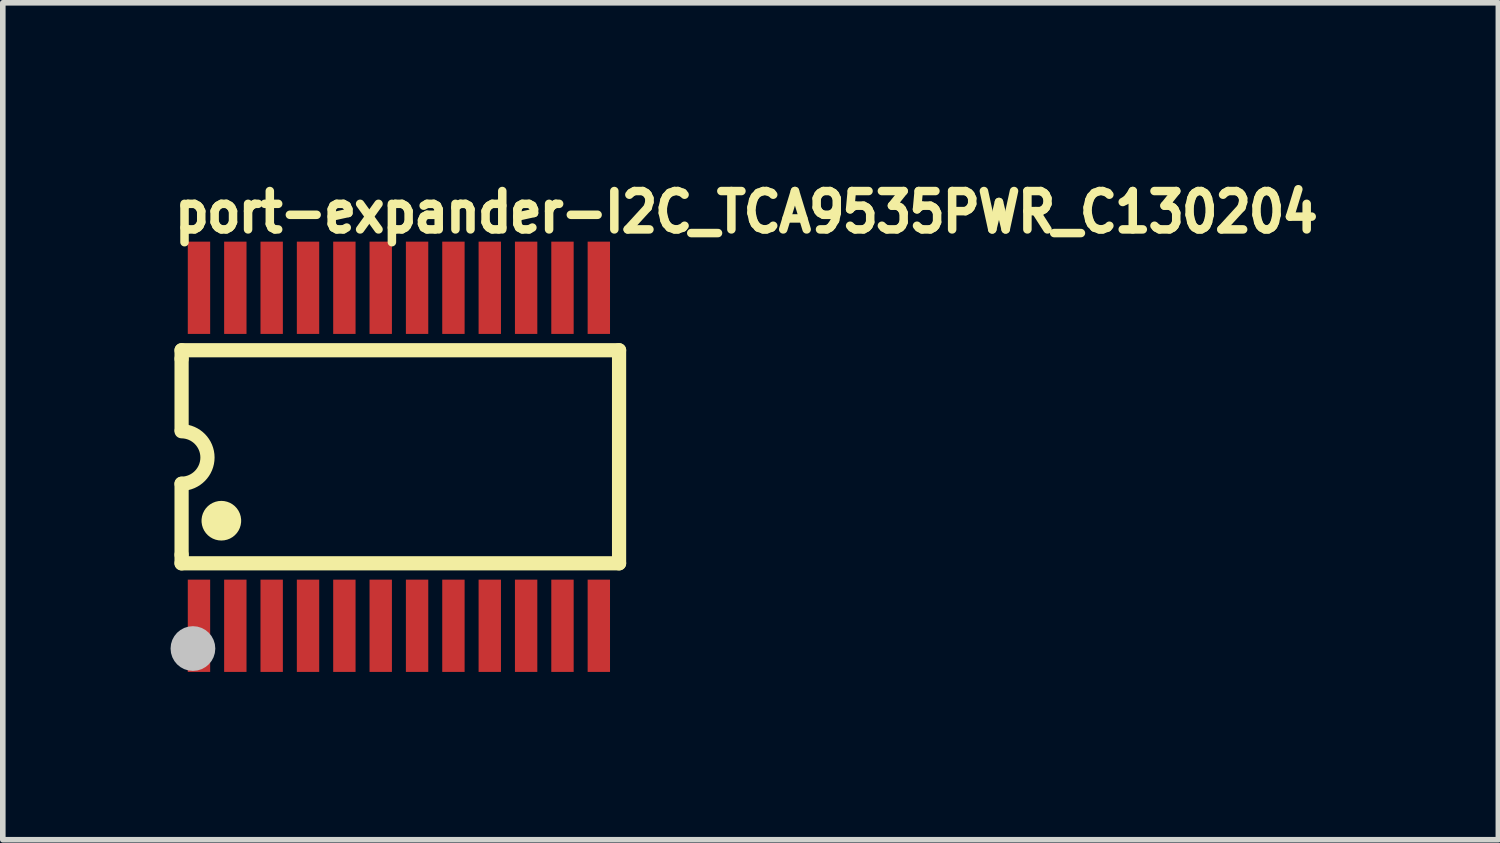
<source format=kicad_pcb>
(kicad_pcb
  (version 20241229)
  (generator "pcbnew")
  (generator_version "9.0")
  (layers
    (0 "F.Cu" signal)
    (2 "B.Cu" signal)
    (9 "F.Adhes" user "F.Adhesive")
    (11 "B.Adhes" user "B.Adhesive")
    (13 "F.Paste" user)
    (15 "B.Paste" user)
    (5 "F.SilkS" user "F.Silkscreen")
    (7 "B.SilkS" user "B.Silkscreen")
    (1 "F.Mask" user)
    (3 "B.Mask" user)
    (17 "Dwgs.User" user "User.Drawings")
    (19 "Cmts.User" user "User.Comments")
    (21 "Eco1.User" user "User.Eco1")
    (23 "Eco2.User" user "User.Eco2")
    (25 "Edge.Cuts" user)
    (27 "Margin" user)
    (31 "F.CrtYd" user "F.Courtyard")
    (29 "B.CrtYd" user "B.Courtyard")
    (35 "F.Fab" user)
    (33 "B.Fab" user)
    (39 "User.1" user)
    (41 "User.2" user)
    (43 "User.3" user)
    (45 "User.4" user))
  (footprint "port-expander-I2C_TCA9535PWR_C130204"
    (layer "F.Cu")
    (at 4.083 5.118)
    (property "Reference" "port-expander-I2C_TCA9535PWR_C130204" (at -4.083 -3.974 0) (layer "F.SilkS") (effects (font (size 0.686 0.628) (thickness 0.152)) (justify left bottom)))
    (fp_line (start -3.886 -1.905) (end 3.937 -1.905) (stroke (width 0.254) (type default)) (layer "F.SilkS"))
    (fp_line (start -3.886 -1.752) (end -3.886 -1.905) (stroke (width 0.254) (type default)) (layer "F.SilkS"))
    (fp_line (start -3.886 -0.482) (end -3.886 -1.752) (stroke (width 0.254) (type default)) (layer "F.SilkS"))
    (fp_line (start -3.886 1.752) (end -3.886 0.482) (stroke (width 0.254) (type default)) (layer "F.SilkS"))
    (fp_line (start -3.886 1.752) (end -3.886 1.905) (stroke (width 0.254) (type default)) (layer "F.SilkS"))
    (fp_line (start -3.886 1.905) (end 3.937 1.905) (stroke (width 0.254) (type default)) (layer "F.SilkS"))
    (fp_line (start 3.937 -1.905) (end 3.937 1.905) (stroke (width 0.254) (type default)) (layer "F.SilkS"))
    (fp_arc (start -3.886 -0.457) (mid -3.4165 0.0125) (end -3.886 0.4825) (stroke (width 0.254) (type default)) (layer "F.SilkS"))
    (fp_poly (pts (arc (start -3.529 1.143) (mid -3.175 0.789) (end -2.821 1.143)) (arc (start -2.821 1.143) (mid -3.175 1.497) (end -3.529 1.143))) (stroke (width 0) (type default)) (fill yes) (layer "F.SilkS"))
    (fp_circle (center -3.683 3.429) (end -3.483 3.429) (stroke (width 0.4) (type default)) (fill no) (layer "Dwgs.User"))
    (fp_poly (pts (xy -3.675 2.586) (xy -3.475 2.586) (xy -3.475 3.186) (xy -3.675 3.186)) (stroke (width 0.1) (type default)) (fill no) (layer "User.1"))
    (fp_poly (pts (xy -3.675 2.588) (xy -3.475 2.588) (xy -3.475 2.188) (xy -3.675 2.188)) (stroke (width 0.1) (type default)) (fill no) (layer "User.1"))
    (fp_poly (pts (xy -3.475 -2.588) (xy -3.675 -2.588) (xy -3.675 -2.188) (xy -3.475 -2.188)) (stroke (width 0.1) (type default)) (fill no) (layer "User.1"))
    (fp_poly (pts (xy -3.475 -2.586) (xy -3.675 -2.586) (xy -3.675 -3.186) (xy -3.475 -3.186)) (stroke (width 0.1) (type default)) (fill no) (layer "User.1"))
    (fp_poly (pts (xy -3.025 2.586) (xy -2.825 2.586) (xy -2.825 3.186) (xy -3.025 3.186)) (stroke (width 0.1) (type default)) (fill no) (layer "User.1"))
    (fp_poly (pts (xy -3.025 2.588) (xy -2.825 2.588) (xy -2.825 2.188) (xy -3.025 2.188)) (stroke (width 0.1) (type default)) (fill no) (layer "User.1"))
    (fp_poly (pts (xy -2.825 -2.588) (xy -3.025 -2.588) (xy -3.025 -2.188) (xy -2.825 -2.188)) (stroke (width 0.1) (type default)) (fill no) (layer "User.1"))
    (fp_poly (pts (xy -2.825 -2.586) (xy -3.025 -2.586) (xy -3.025 -3.186) (xy -2.825 -3.186)) (stroke (width 0.1) (type default)) (fill no) (layer "User.1"))
    (fp_poly (pts (xy -2.374 2.586) (xy -2.175 2.586) (xy -2.175 3.186) (xy -2.375 3.186)) (stroke (width 0.1) (type default)) (fill no) (layer "User.1"))
    (fp_poly (pts (xy -2.374 2.588) (xy -2.175 2.588) (xy -2.175 2.188) (xy -2.375 2.188)) (stroke (width 0.1) (type default)) (fill no) (layer "User.1"))
    (fp_poly (pts (xy -2.175 -2.588) (xy -2.375 -2.588) (xy -2.375 -2.188) (xy -2.175 -2.188)) (stroke (width 0.1) (type default)) (fill no) (layer "User.1"))
    (fp_poly (pts (xy -2.175 -2.586) (xy -2.375 -2.586) (xy -2.375 -3.186) (xy -2.175 -3.186)) (stroke (width 0.1) (type default)) (fill no) (layer "User.1"))
    (fp_poly (pts (xy -1.724 2.586) (xy -1.525 2.586) (xy -1.525 3.186) (xy -1.725 3.186)) (stroke (width 0.1) (type default)) (fill no) (layer "User.1"))
    (fp_poly (pts (xy -1.724 2.588) (xy -1.525 2.588) (xy -1.525 2.188) (xy -1.725 2.188)) (stroke (width 0.1) (type default)) (fill no) (layer "User.1"))
    (fp_poly (pts (xy -1.526 -2.588) (xy -1.725 -2.588) (xy -1.725 -2.188) (xy -1.525 -2.188)) (stroke (width 0.1) (type default)) (fill no) (layer "User.1"))
    (fp_poly (pts (xy -1.526 -2.586) (xy -1.725 -2.586) (xy -1.725 -3.186) (xy -1.525 -3.186)) (stroke (width 0.1) (type default)) (fill no) (layer "User.1"))
    (fp_poly (pts (xy -1.075 2.586) (xy -0.875 2.586) (xy -0.875 3.186) (xy -1.075 3.186)) (stroke (width 0.1) (type default)) (fill no) (layer "User.1"))
    (fp_poly (pts (xy -1.075 2.588) (xy -0.875 2.588) (xy -0.875 2.188) (xy -1.075 2.188)) (stroke (width 0.1) (type default)) (fill no) (layer "User.1"))
    (fp_poly (pts (xy -0.875 -2.588) (xy -1.075 -2.588) (xy -1.075 -2.188) (xy -0.875 -2.188)) (stroke (width 0.1) (type default)) (fill no) (layer "User.1"))
    (fp_poly (pts (xy -0.875 -2.586) (xy -1.075 -2.586) (xy -1.075 -3.186) (xy -0.875 -3.186)) (stroke (width 0.1) (type default)) (fill no) (layer "User.1"))
    (fp_poly (pts (xy -0.424 2.586) (xy -0.225 2.586) (xy -0.225 3.186) (xy -0.425 3.186)) (stroke (width 0.1) (type default)) (fill no) (layer "User.1"))
    (fp_poly (pts (xy -0.424 2.588) (xy -0.225 2.588) (xy -0.225 2.188) (xy -0.425 2.188)) (stroke (width 0.1) (type default)) (fill no) (layer "User.1"))
    (fp_poly (pts (xy -0.226 -2.588) (xy -0.425 -2.588) (xy -0.425 -2.188) (xy -0.225 -2.188)) (stroke (width 0.1) (type default)) (fill no) (layer "User.1"))
    (fp_poly (pts (xy -0.226 -2.586) (xy -0.425 -2.586) (xy -0.425 -3.186) (xy -0.225 -3.186)) (stroke (width 0.1) (type default)) (fill no) (layer "User.1"))
    (fp_poly (pts (xy 0.226 2.586) (xy 0.425 2.586) (xy 0.425 3.186) (xy 0.225 3.186)) (stroke (width 0.1) (type default)) (fill no) (layer "User.1"))
    (fp_poly (pts (xy 0.226 2.588) (xy 0.425 2.588) (xy 0.425 2.188) (xy 0.225 2.188)) (stroke (width 0.1) (type default)) (fill no) (layer "User.1"))
    (fp_poly (pts (xy 0.424 -2.588) (xy 0.225 -2.588) (xy 0.225 -2.188) (xy 0.425 -2.188)) (stroke (width 0.1) (type default)) (fill no) (layer "User.1"))
    (fp_poly (pts (xy 0.424 -2.586) (xy 0.225 -2.586) (xy 0.225 -3.186) (xy 0.425 -3.186)) (stroke (width 0.1) (type default)) (fill no) (layer "User.1"))
    (fp_poly (pts (xy 0.875 2.586) (xy 1.075 2.586) (xy 1.075 3.186) (xy 0.875 3.186)) (stroke (width 0.1) (type default)) (fill no) (layer "User.1"))
    (fp_poly (pts (xy 0.875 2.588) (xy 1.075 2.588) (xy 1.075 2.188) (xy 0.875 2.188)) (stroke (width 0.1) (type default)) (fill no) (layer "User.1"))
    (fp_poly (pts (xy 1.075 -2.588) (xy 0.875 -2.588) (xy 0.875 -2.188) (xy 1.075 -2.188)) (stroke (width 0.1) (type default)) (fill no) (layer "User.1"))
    (fp_poly (pts (xy 1.075 -2.586) (xy 0.875 -2.586) (xy 0.875 -3.186) (xy 1.075 -3.186)) (stroke (width 0.1) (type default)) (fill no) (layer "User.1"))
    (fp_poly (pts (xy 1.526 2.586) (xy 1.725 2.586) (xy 1.725 3.186) (xy 1.525 3.186)) (stroke (width 0.1) (type default)) (fill no) (layer "User.1"))
    (fp_poly (pts (xy 1.526 2.588) (xy 1.725 2.588) (xy 1.725 2.188) (xy 1.525 2.188)) (stroke (width 0.1) (type default)) (fill no) (layer "User.1"))
    (fp_poly (pts (xy 1.724 -2.588) (xy 1.525 -2.588) (xy 1.525 -2.188) (xy 1.725 -2.188)) (stroke (width 0.1) (type default)) (fill no) (layer "User.1"))
    (fp_poly (pts (xy 1.724 -2.586) (xy 1.525 -2.586) (xy 1.525 -3.186) (xy 1.725 -3.186)) (stroke (width 0.1) (type default)) (fill no) (layer "User.1"))
    (fp_poly (pts (xy 2.175 2.586) (xy 2.375 2.586) (xy 2.375 3.186) (xy 2.175 3.186)) (stroke (width 0.1) (type default)) (fill no) (layer "User.1"))
    (fp_poly (pts (xy 2.175 2.588) (xy 2.375 2.588) (xy 2.375 2.188) (xy 2.175 2.188)) (stroke (width 0.1) (type default)) (fill no) (layer "User.1"))
    (fp_poly (pts (xy 2.374 -2.588) (xy 2.175 -2.588) (xy 2.175 -2.188) (xy 2.375 -2.188)) (stroke (width 0.1) (type default)) (fill no) (layer "User.1"))
    (fp_poly (pts (xy 2.374 -2.586) (xy 2.175 -2.586) (xy 2.175 -3.186) (xy 2.375 -3.186)) (stroke (width 0.1) (type default)) (fill no) (layer "User.1"))
    (fp_poly (pts (xy 2.825 2.586) (xy 3.025 2.586) (xy 3.025 3.186) (xy 2.825 3.186)) (stroke (width 0.1) (type default)) (fill no) (layer "User.1"))
    (fp_poly (pts (xy 2.825 2.588) (xy 3.025 2.588) (xy 3.025 2.188) (xy 2.825 2.188)) (stroke (width 0.1) (type default)) (fill no) (layer "User.1"))
    (fp_poly (pts (xy 3.025 -2.588) (xy 2.825 -2.588) (xy 2.825 -2.188) (xy 3.025 -2.188)) (stroke (width 0.1) (type default)) (fill no) (layer "User.1"))
    (fp_poly (pts (xy 3.025 -2.586) (xy 2.825 -2.586) (xy 2.825 -3.186) (xy 3.025 -3.186)) (stroke (width 0.1) (type default)) (fill no) (layer "User.1"))
    (fp_poly (pts (xy 3.475 2.586) (xy 3.675 2.586) (xy 3.675 3.186) (xy 3.475 3.186)) (stroke (width 0.1) (type default)) (fill no) (layer "User.1"))
    (fp_poly (pts (xy 3.475 2.588) (xy 3.675 2.588) (xy 3.675 2.188) (xy 3.475 2.188)) (stroke (width 0.1) (type default)) (fill no) (layer "User.1"))
    (fp_poly (pts (xy 3.675 -2.588) (xy 3.475 -2.588) (xy 3.475 -2.188) (xy 3.675 -2.188)) (stroke (width 0.1) (type default)) (fill no) (layer "User.1"))
    (fp_poly (pts (xy 3.675 -2.586) (xy 3.475 -2.586) (xy 3.475 -3.186) (xy 3.675 -3.186)) (stroke (width 0.1) (type default)) (fill no) (layer "User.1"))
    (fp_line (start -3.9 -2.2) (end 3.9 -2.2) (stroke (width 0.051) (type default)) (layer "User.2"))
    (fp_line (start -3.9 2.2) (end -3.9 -2.2) (stroke (width 0.051) (type default)) (layer "User.2"))
    (fp_line (start 3.9 -2.2) (end 3.9 2.2) (stroke (width 0.051) (type default)) (layer "User.2"))
    (fp_line (start 3.9 2.2) (end -3.9 2.2) (stroke (width 0.051) (type default)) (layer "User.2"))
    (fp_poly (pts (xy -3.84 3.186) (xy -3.858 3.144) (xy -3.9 3.126) (xy -3.942 3.144) (xy -3.96 3.186) (xy -3.942 3.228) (xy -3.9 3.246) (xy -3.858 3.228)) (stroke (width 0.1) (type default)) (fill no) (layer "User.3"))
    (pad "1" smd rect (at -3.575 3.022) (size 0.4 1.65) (layers "F.Cu" "F.Mask" "F.Paste"))
    (pad "2" smd rect (at -2.925 3.022) (size 0.4 1.65) (layers "F.Cu" "F.Mask" "F.Paste"))
    (pad "3" smd rect (at -2.275 3.022) (size 0.4 1.65) (layers "F.Cu" "F.Mask" "F.Paste"))
    (pad "4" smd rect (at -1.625 3.022) (size 0.4 1.65) (layers "F.Cu" "F.Mask" "F.Paste"))
    (pad "5" smd rect (at -0.975 3.022) (size 0.4 1.65) (layers "F.Cu" "F.Mask" "F.Paste"))
    (pad "6" smd rect (at -0.325 3.022) (size 0.4 1.65) (layers "F.Cu" "F.Mask" "F.Paste"))
    (pad "7" smd rect (at 0.325 3.022) (size 0.4 1.65) (layers "F.Cu" "F.Mask" "F.Paste"))
    (pad "8" smd rect (at 0.975 3.022) (size 0.4 1.65) (layers "F.Cu" "F.Mask" "F.Paste"))
    (pad "9" smd rect (at 1.625 3.022) (size 0.4 1.65) (layers "F.Cu" "F.Mask" "F.Paste"))
    (pad "10" smd rect (at 2.275 3.022) (size 0.4 1.65) (layers "F.Cu" "F.Mask" "F.Paste"))
    (pad "11" smd rect (at 2.925 3.022) (size 0.4 1.65) (layers "F.Cu" "F.Mask" "F.Paste"))
    (pad "12" smd rect (at 3.575 3.022) (size 0.4 1.65) (layers "F.Cu" "F.Mask" "F.Paste"))
    (pad "13" smd rect (at 3.575 -3.022) (size 0.4 1.65) (layers "F.Cu" "F.Mask" "F.Paste"))
    (pad "14" smd rect (at 2.925 -3.022) (size 0.4 1.65) (layers "F.Cu" "F.Mask" "F.Paste"))
    (pad "15" smd rect (at 2.275 -3.022) (size 0.4 1.65) (layers "F.Cu" "F.Mask" "F.Paste"))
    (pad "16" smd rect (at 1.625 -3.022) (size 0.4 1.65) (layers "F.Cu" "F.Mask" "F.Paste"))
    (pad "17" smd rect (at 0.975 -3.022) (size 0.4 1.65) (layers "F.Cu" "F.Mask" "F.Paste"))
    (pad "18" smd rect (at 0.325 -3.022) (size 0.4 1.65) (layers "F.Cu" "F.Mask" "F.Paste"))
    (pad "19" smd rect (at -0.325 -3.022) (size 0.4 1.65) (layers "F.Cu" "F.Mask" "F.Paste"))
    (pad "20" smd rect (at -0.975 -3.022) (size 0.4 1.65) (layers "F.Cu" "F.Mask" "F.Paste"))
    (pad "21" smd rect (at -1.625 -3.022) (size 0.4 1.65) (layers "F.Cu" "F.Mask" "F.Paste"))
    (pad "22" smd rect (at -2.275 -3.022) (size 0.4 1.65) (layers "F.Cu" "F.Mask" "F.Paste"))
    (pad "23" smd rect (at -2.925 -3.022) (size 0.4 1.65) (layers "F.Cu" "F.Mask" "F.Paste"))
    (pad "24" smd rect (at -3.575 -3.022) (size 0.4 1.65) (layers "F.Cu" "F.Mask" "F.Paste")))
  (gr_rect
    (start -3 -3)
    (end 23.743 11.966)
    (stroke (width 0.1) (type default))
    (fill no)
    (layer "Edge.Cuts")))
</source>
